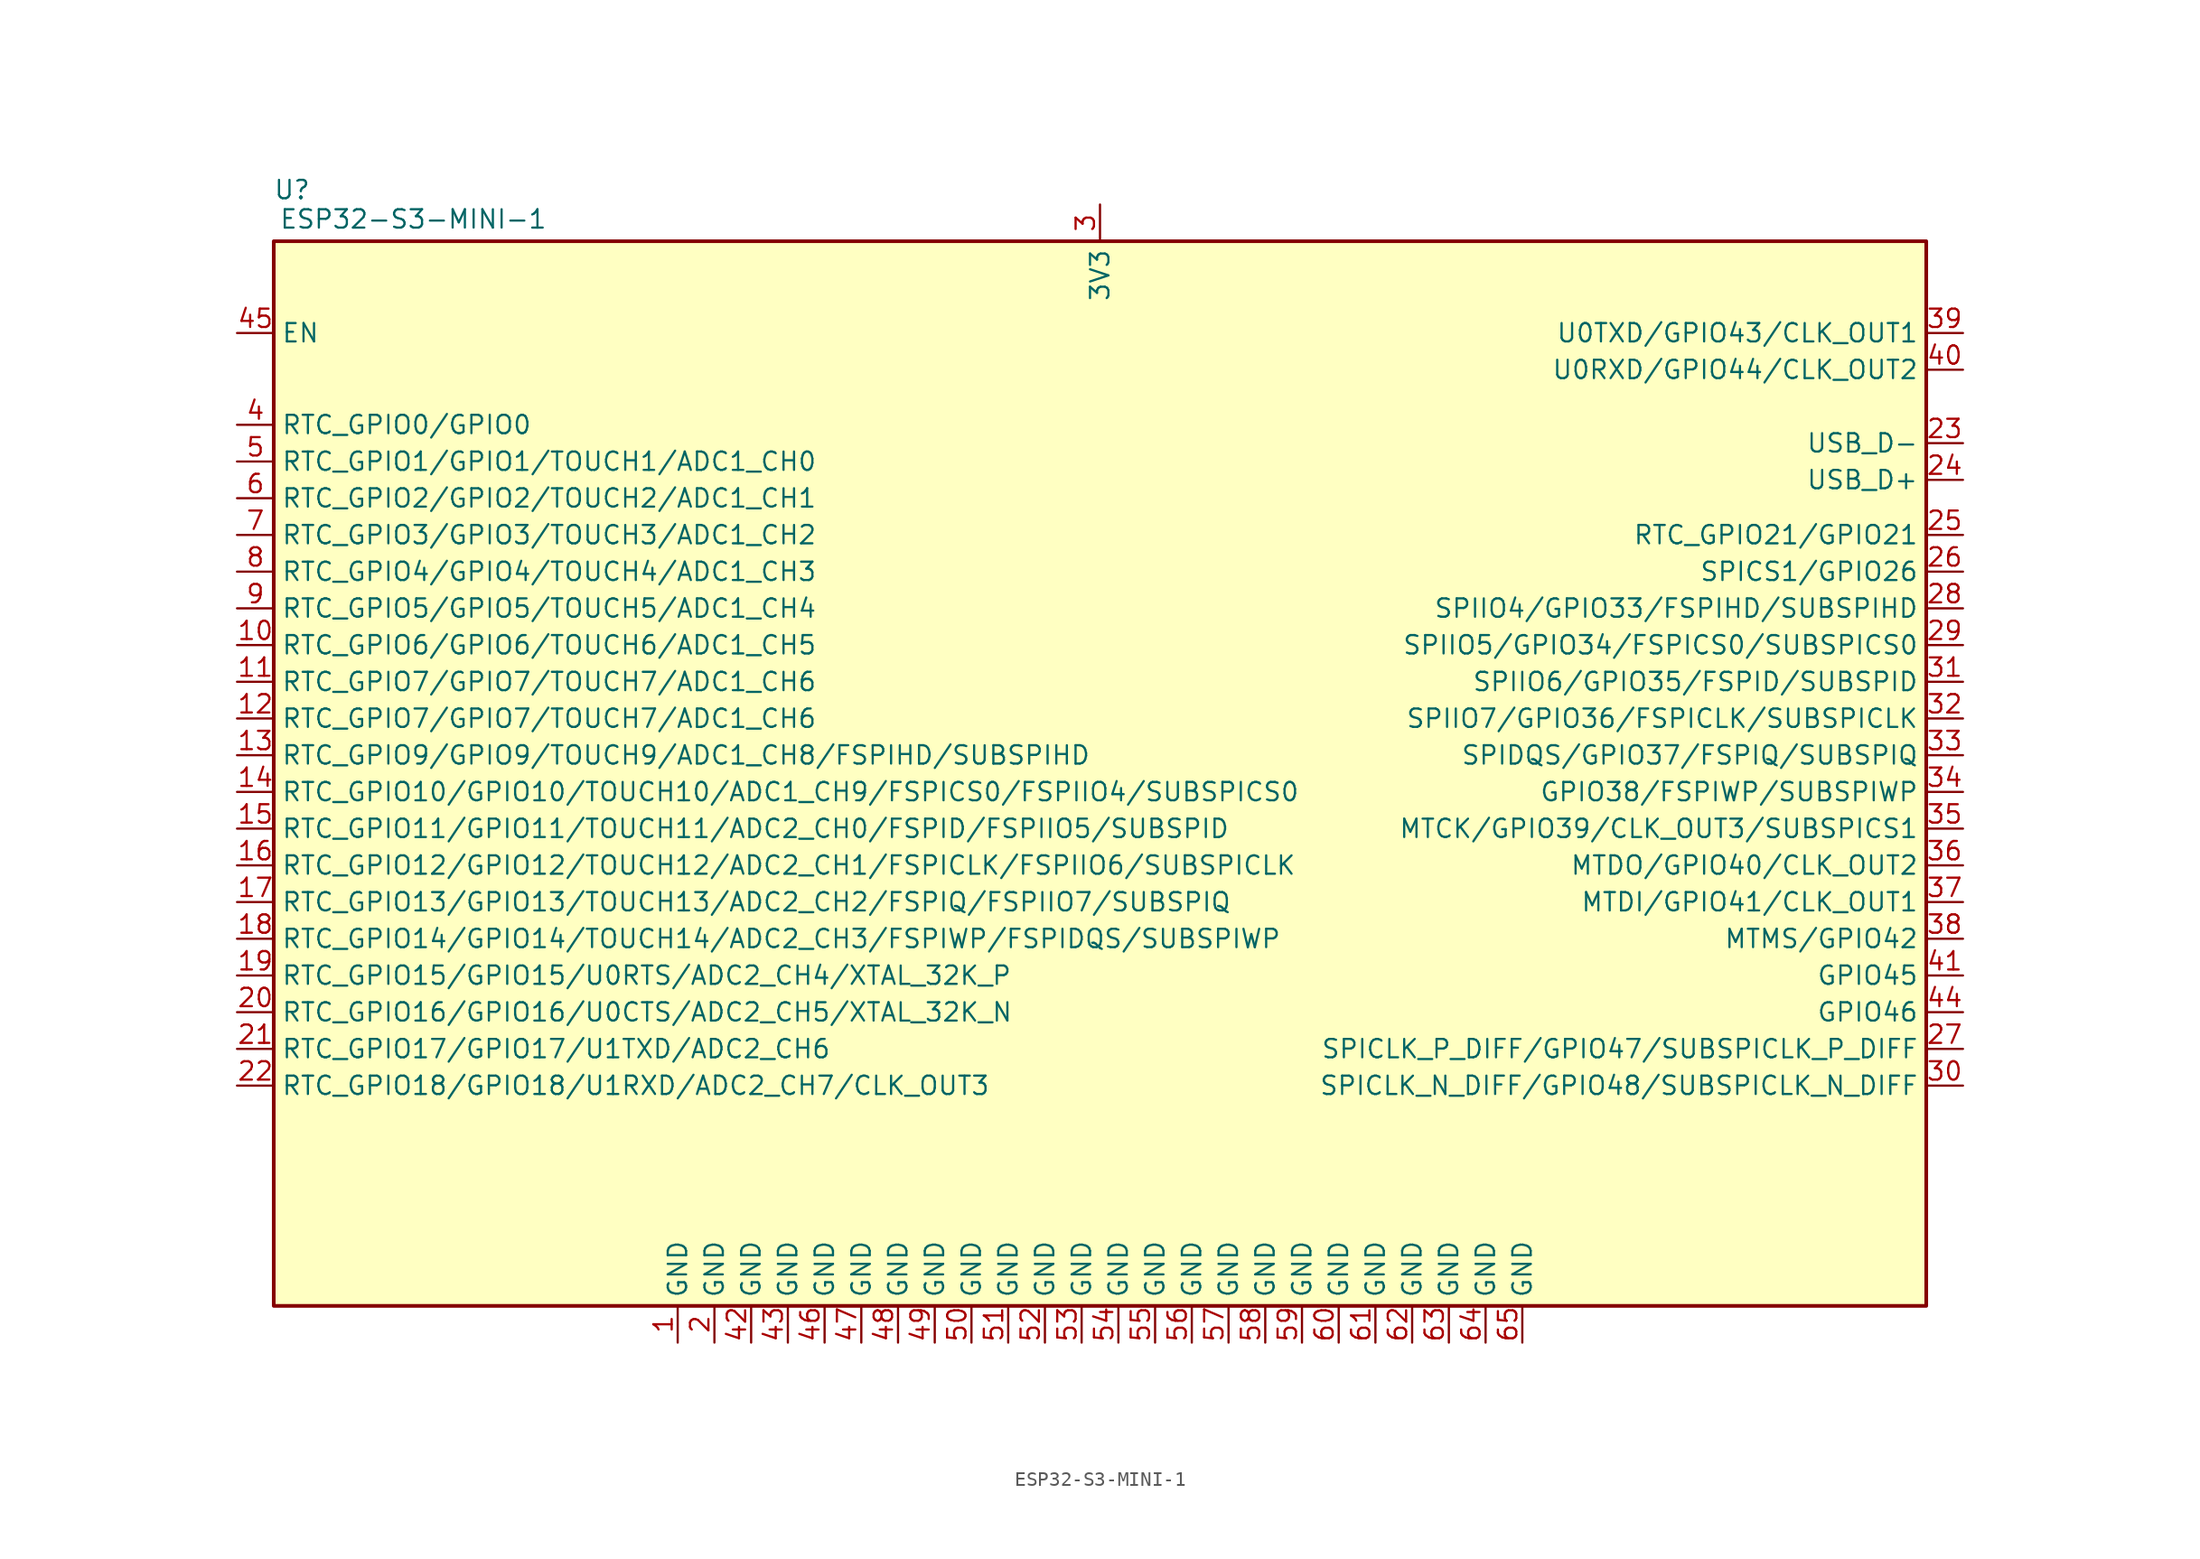
<source format=kicad_sym>
(kicad_symbol_lib
  (version 20241209)
  (generator "kicad_symbol_editor")
  (generator_version "9.0")
  (symbol "ESP32-S3-MINI-1"
    (property "Reference" "U"
      (at 1.27 77.216 0)
      (effects (font (size 1.27 1.27))))
    (property "Value" "ESP32-S3-MINI-1"
      (at 9.652 75.184 0)
      (effects (font (size 1.27 1.27))))
    (symbol "ESP32-S3-MINI-1_0_1"
      (rectangle (start 0 73.66) (end 114.3 0) (stroke (width 0.254) (type default)) (fill (type background))))
    (symbol "ESP32-S3-MINI-1_1_1"
      (pin input line (at -2.54 67.31 0) (length 2.54) (name "EN" (effects (font (size 1.27 1.27)))) (number "45" (effects (font (size 1.27 1.27)))))
      (pin bidirectional line (at -2.54 60.96 0) (length 2.54) (name "RTC_GPIO0/GPIO0" (effects (font (size 1.27 1.27)))) (number "4" (effects (font (size 1.27 1.27)))))
      (pin bidirectional line (at -2.54 58.42 0) (length 2.54) (name "RTC_GPIO1/GPIO1/TOUCH1/ADC1_CH0" (effects (font (size 1.27 1.27)))) (number "5" (effects (font (size 1.27 1.27)))))
      (pin bidirectional line (at -2.54 55.88 0) (length 2.54) (name "RTC_GPIO2/GPIO2/TOUCH2/ADC1_CH1" (effects (font (size 1.27 1.27)))) (number "6" (effects (font (size 1.27 1.27)))))
      (pin bidirectional line (at -2.54 53.34 0) (length 2.54) (name "RTC_GPIO3/GPIO3/TOUCH3/ADC1_CH2" (effects (font (size 1.27 1.27)))) (number "7" (effects (font (size 1.27 1.27)))))
      (pin bidirectional line (at -2.54 50.8 0) (length 2.54) (name "RTC_GPIO4/GPIO4/TOUCH4/ADC1_CH3" (effects (font (size 1.27 1.27)))) (number "8" (effects (font (size 1.27 1.27)))))
      (pin bidirectional line (at -2.54 48.26 0) (length 2.54) (name "RTC_GPIO5/GPIO5/TOUCH5/ADC1_CH4" (effects (font (size 1.27 1.27)))) (number "9" (effects (font (size 1.27 1.27)))))
      (pin bidirectional line (at -2.54 45.72 0) (length 2.54) (name "RTC_GPIO6/GPIO6/TOUCH6/ADC1_CH5" (effects (font (size 1.27 1.27)))) (number "10" (effects (font (size 1.27 1.27)))))
      (pin bidirectional line (at -2.54 43.18 0) (length 2.54) (name "RTC_GPIO7/GPIO7/TOUCH7/ADC1_CH6" (effects (font (size 1.27 1.27)))) (number "11" (effects (font (size 1.27 1.27)))))
      (pin bidirectional line (at -2.54 40.64 0) (length 2.54) (name "RTC_GPIO7/GPIO7/TOUCH7/ADC1_CH6" (effects (font (size 1.27 1.27)))) (number "12" (effects (font (size 1.27 1.27)))))
      (pin bidirectional line (at -2.54 38.1 0) (length 2.54) (name "RTC_GPIO9/GPIO9/TOUCH9/ADC1_CH8/FSPIHD/SUBSPIHD" (effects (font (size 1.27 1.27)))) (number "13" (effects (font (size 1.27 1.27)))))
      (pin bidirectional line (at -2.54 35.56 0) (length 2.54) (name "RTC_GPIO10/GPIO10/TOUCH10/ADC1_CH9/FSPICS0/FSPIIO4/SUBSPICS0" (effects (font (size 1.27 1.27)))) (number "14" (effects (font (size 1.27 1.27)))))
      (pin bidirectional line (at -2.54 33.02 0) (length 2.54) (name "RTC_GPIO11/GPIO11/TOUCH11/ADC2_CH0/FSPID/FSPIIO5/SUBSPID" (effects (font (size 1.27 1.27)))) (number "15" (effects (font (size 1.27 1.27)))))
      (pin bidirectional line (at -2.54 30.48 0) (length 2.54) (name "RTC_GPIO12/GPIO12/TOUCH12/ADC2_CH1/FSPICLK/FSPIIO6/SUBSPICLK" (effects (font (size 1.27 1.27)))) (number "16" (effects (font (size 1.27 1.27)))))
      (pin bidirectional line (at -2.54 27.94 0) (length 2.54) (name "RTC_GPIO13/GPIO13/TOUCH13/ADC2_CH2/FSPIQ/FSPIIO7/SUBSPIQ" (effects (font (size 1.27 1.27)))) (number "17" (effects (font (size 1.27 1.27)))))
      (pin bidirectional line (at -2.54 25.4 0) (length 2.54) (name "RTC_GPIO14/GPIO14/TOUCH14/ADC2_CH3/FSPIWP/FSPIDQS/SUBSPIWP" (effects (font (size 1.27 1.27)))) (number "18" (effects (font (size 1.27 1.27)))))
      (pin bidirectional line (at -2.54 22.86 0) (length 2.54) (name "RTC_GPIO15/GPIO15/U0RTS/ADC2_CH4/XTAL_32K_P" (effects (font (size 1.27 1.27)))) (number "19" (effects (font (size 1.27 1.27)))))
      (pin bidirectional line (at -2.54 20.32 0) (length 2.54) (name "RTC_GPIO16/GPIO16/U0CTS/ADC2_CH5/XTAL_32K_N" (effects (font (size 1.27 1.27)))) (number "20" (effects (font (size 1.27 1.27)))))
      (pin bidirectional line (at -2.54 17.78 0) (length 2.54) (name "RTC_GPIO17/GPIO17/U1TXD/ADC2_CH6" (effects (font (size 1.27 1.27)))) (number "21" (effects (font (size 1.27 1.27)))))
      (pin bidirectional line (at -2.54 15.24 0) (length 2.54) (name "RTC_GPIO18/GPIO18/U1RXD/ADC2_CH7/CLK_OUT3" (effects (font (size 1.27 1.27)))) (number "22" (effects (font (size 1.27 1.27)))))
      (pin passive line (at 27.94 -2.54 90) (length 2.54) (name "GND" (effects (font (size 1.27 1.27)))) (number "1" (effects (font (size 1.27 1.27)))))
      (pin passive line (at 30.48 -2.54 90) (length 2.54) (name "GND" (effects (font (size 1.27 1.27)))) (number "2" (effects (font (size 1.27 1.27)))))
      (pin passive line (at 33.02 -2.54 90) (length 2.54) (name "GND" (effects (font (size 1.27 1.27)))) (number "42" (effects (font (size 1.27 1.27)))))
      (pin passive line (at 35.56 -2.54 90) (length 2.54) (name "GND" (effects (font (size 1.27 1.27)))) (number "43" (effects (font (size 1.27 1.27)))))
      (pin passive line (at 38.1 -2.54 90) (length 2.54) (name "GND" (effects (font (size 1.27 1.27)))) (number "46" (effects (font (size 1.27 1.27)))))
      (pin passive line (at 40.64 -2.54 90) (length 2.54) (name "GND" (effects (font (size 1.27 1.27)))) (number "47" (effects (font (size 1.27 1.27)))))
      (pin passive line (at 43.18 -2.54 90) (length 2.54) (name "GND" (effects (font (size 1.27 1.27)))) (number "48" (effects (font (size 1.27 1.27)))))
      (pin passive line (at 45.72 -2.54 90) (length 2.54) (name "GND" (effects (font (size 1.27 1.27)))) (number "49" (effects (font (size 1.27 1.27)))))
      (pin passive line (at 48.26 -2.54 90) (length 2.54) (name "GND" (effects (font (size 1.27 1.27)))) (number "50" (effects (font (size 1.27 1.27)))))
      (pin passive line (at 50.8 -2.54 90) (length 2.54) (name "GND" (effects (font (size 1.27 1.27)))) (number "51" (effects (font (size 1.27 1.27)))))
      (pin passive line (at 53.34 -2.54 90) (length 2.54) (name "GND" (effects (font (size 1.27 1.27)))) (number "52" (effects (font (size 1.27 1.27)))))
      (pin passive line (at 55.88 -2.54 90) (length 2.54) (name "GND" (effects (font (size 1.27 1.27)))) (number "53" (effects (font (size 1.27 1.27)))))
      (pin power_in line (at 57.15 76.2 270) (length 2.54) (name "3V3" (effects (font (size 1.27 1.27)))) (number "3" (effects (font (size 1.27 1.27)))))
      (pin passive line (at 58.42 -2.54 90) (length 2.54) (name "GND" (effects (font (size 1.27 1.27)))) (number "54" (effects (font (size 1.27 1.27)))))
      (pin passive line (at 60.96 -2.54 90) (length 2.54) (name "GND" (effects (font (size 1.27 1.27)))) (number "55" (effects (font (size 1.27 1.27)))))
      (pin passive line (at 63.5 -2.54 90) (length 2.54) (name "GND" (effects (font (size 1.27 1.27)))) (number "56" (effects (font (size 1.27 1.27)))))
      (pin passive line (at 66.04 -2.54 90) (length 2.54) (name "GND" (effects (font (size 1.27 1.27)))) (number "57" (effects (font (size 1.27 1.27)))))
      (pin passive line (at 68.58 -2.54 90) (length 2.54) (name "GND" (effects (font (size 1.27 1.27)))) (number "58" (effects (font (size 1.27 1.27)))))
      (pin passive line (at 71.12 -2.54 90) (length 2.54) (name "GND" (effects (font (size 1.27 1.27)))) (number "59" (effects (font (size 1.27 1.27)))))
      (pin passive line (at 73.66 -2.54 90) (length 2.54) (name "GND" (effects (font (size 1.27 1.27)))) (number "60" (effects (font (size 1.27 1.27)))))
      (pin passive line (at 76.2 -2.54 90) (length 2.54) (name "GND" (effects (font (size 1.27 1.27)))) (number "61" (effects (font (size 1.27 1.27)))))
      (pin passive line (at 78.74 -2.54 90) (length 2.54) (name "GND" (effects (font (size 1.27 1.27)))) (number "62" (effects (font (size 1.27 1.27)))))
      (pin passive line (at 81.28 -2.54 90) (length 2.54) (name "GND" (effects (font (size 1.27 1.27)))) (number "63" (effects (font (size 1.27 1.27)))))
      (pin passive line (at 83.82 -2.54 90) (length 2.54) (name "GND" (effects (font (size 1.27 1.27)))) (number "64" (effects (font (size 1.27 1.27)))))
      (pin passive line (at 86.36 -2.54 90) (length 2.54) (name "GND" (effects (font (size 1.27 1.27)))) (number "65" (effects (font (size 1.27 1.27)))))
      (pin bidirectional line (at 116.84 67.31 180) (length 2.54) (name "U0TXD/GPIO43/CLK_OUT1" (effects (font (size 1.27 1.27)))) (number "39" (effects (font (size 1.27 1.27)))))
      (pin bidirectional line (at 116.84 64.77 180) (length 2.54) (name "U0RXD/GPIO44/CLK_OUT2" (effects (font (size 1.27 1.27)))) (number "40" (effects (font (size 1.27 1.27)))))
      (pin bidirectional line (at 116.84 59.69 180) (length 2.54) (name "USB_D-" (effects (font (size 1.27 1.27)))) (number "23" (effects (font (size 1.27 1.27)))) (alternate "IO19" bidirectional line))
      (pin bidirectional line (at 116.84 57.15 180) (length 2.54) (name "USB_D+" (effects (font (size 1.27 1.27)))) (number "24" (effects (font (size 1.27 1.27)))) (alternate "IO20" bidirectional line))
      (pin bidirectional line (at 116.84 53.34 180) (length 2.54) (name "RTC_GPIO21/GPIO21" (effects (font (size 1.27 1.27)))) (number "25" (effects (font (size 1.27 1.27)))))
      (pin bidirectional line (at 116.84 50.8 180) (length 2.54) (name "SPICS1/GPIO26" (effects (font (size 1.27 1.27)))) (number "26" (effects (font (size 1.27 1.27)))))
      (pin bidirectional line (at 116.84 48.26 180) (length 2.54) (name "SPIIO4/GPIO33/FSPIHD/SUBSPIHD" (effects (font (size 1.27 1.27)))) (number "28" (effects (font (size 1.27 1.27)))))
      (pin bidirectional line (at 116.84 45.72 180) (length 2.54) (name "SPIIO5/GPIO34/FSPICS0/SUBSPICS0" (effects (font (size 1.27 1.27)))) (number "29" (effects (font (size 1.27 1.27)))))
      (pin bidirectional line (at 116.84 43.18 180) (length 2.54) (name "SPIIO6/GPIO35/FSPID/SUBSPID" (effects (font (size 1.27 1.27)))) (number "31" (effects (font (size 1.27 1.27)))))
      (pin bidirectional line (at 116.84 40.64 180) (length 2.54) (name "SPIIO7/GPIO36/FSPICLK/SUBSPICLK" (effects (font (size 1.27 1.27)))) (number "32" (effects (font (size 1.27 1.27)))))
      (pin bidirectional line (at 116.84 38.1 180) (length 2.54) (name "SPIDQS/GPIO37/FSPIQ/SUBSPIQ" (effects (font (size 1.27 1.27)))) (number "33" (effects (font (size 1.27 1.27)))))
      (pin bidirectional line (at 116.84 35.56 180) (length 2.54) (name "GPIO38/FSPIWP/SUBSPIWP" (effects (font (size 1.27 1.27)))) (number "34" (effects (font (size 1.27 1.27)))))
      (pin bidirectional line (at 116.84 33.02 180) (length 2.54) (name "MTCK/GPIO39/CLK_OUT3/SUBSPICS1" (effects (font (size 1.27 1.27)))) (number "35" (effects (font (size 1.27 1.27)))))
      (pin bidirectional line (at 116.84 30.48 180) (length 2.54) (name "MTDO/GPIO40/CLK_OUT2" (effects (font (size 1.27 1.27)))) (number "36" (effects (font (size 1.27 1.27)))))
      (pin bidirectional line (at 116.84 27.94 180) (length 2.54) (name "MTDI/GPIO41/CLK_OUT1" (effects (font (size 1.27 1.27)))) (number "37" (effects (font (size 1.27 1.27)))))
      (pin bidirectional line (at 116.84 25.4 180) (length 2.54) (name "MTMS/GPIO42" (effects (font (size 1.27 1.27)))) (number "38" (effects (font (size 1.27 1.27)))))
      (pin bidirectional line (at 116.84 22.86 180) (length 2.54) (name "GPIO45" (effects (font (size 1.27 1.27)))) (number "41" (effects (font (size 1.27 1.27)))))
      (pin bidirectional line (at 116.84 20.32 180) (length 2.54) (name "GPIO46" (effects (font (size 1.27 1.27)))) (number "44" (effects (font (size 1.27 1.27)))))
      (pin bidirectional line (at 116.84 17.78 180) (length 2.54) (name "SPICLK_P_DIFF/GPIO47/SUBSPICLK_P_DIFF" (effects (font (size 1.27 1.27)))) (number "27" (effects (font (size 1.27 1.27)))))
      (pin bidirectional line (at 116.84 15.24 180) (length 2.54) (name "SPICLK_N_DIFF/GPIO48/SUBSPICLK_N_DIFF" (effects (font (size 1.27 1.27)))) (number "30" (effects (font (size 1.27 1.27))))))))
</source>
